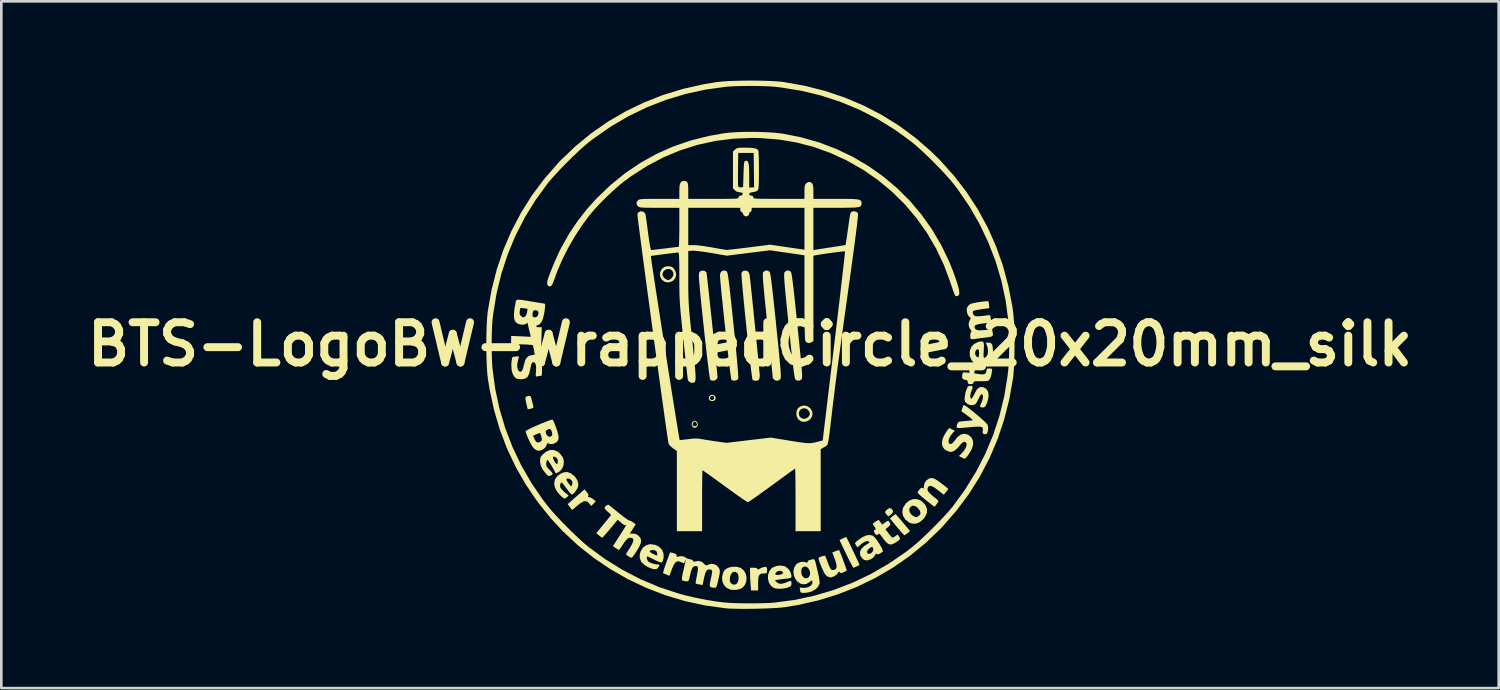
<source format=kicad_pcb>
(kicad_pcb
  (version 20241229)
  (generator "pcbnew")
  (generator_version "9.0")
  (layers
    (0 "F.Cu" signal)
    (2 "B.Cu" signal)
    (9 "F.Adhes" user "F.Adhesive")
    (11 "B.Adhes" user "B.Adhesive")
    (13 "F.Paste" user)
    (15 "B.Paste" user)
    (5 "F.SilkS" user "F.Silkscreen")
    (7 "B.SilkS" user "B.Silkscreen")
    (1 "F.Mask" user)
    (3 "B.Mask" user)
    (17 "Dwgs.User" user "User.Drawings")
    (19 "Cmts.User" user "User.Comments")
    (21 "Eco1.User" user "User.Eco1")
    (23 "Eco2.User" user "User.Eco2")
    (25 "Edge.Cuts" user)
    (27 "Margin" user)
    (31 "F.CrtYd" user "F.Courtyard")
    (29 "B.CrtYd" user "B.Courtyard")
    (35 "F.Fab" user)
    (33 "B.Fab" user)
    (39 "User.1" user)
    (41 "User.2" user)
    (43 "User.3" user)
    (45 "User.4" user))
  (footprint "BTS-LogoBW-WrappedCircle_20x20mm_silk"
    (layer "F.Cu")
    (at 25.335 9.98)
    (property "Reference" "BTS-LogoBW-WrappedCircle_20x20mm_silk" (at 0 0 0) (layer "F.SilkS") (effects (font (size 1.524 1.524) (thickness 0.3))))
    (attr board_only exclude_from_pos_files exclude_from_bom)
    (fp_poly (pts (xy 5.338 6.214) (xy 5.404 6.284) (xy 5.413 6.347) (xy 5.363 6.412) (xy 5.337 6.435) (xy 5.235 6.516) (xy 5.17 6.446) (xy 5.12 6.383) (xy 5.115 6.334) (xy 5.159 6.281) (xy 5.199 6.247) (xy 5.266 6.202) (xy 5.309 6.197)) (stroke (width 0) (type solid)) (fill yes) (layer "F.SilkS"))
    (fp_poly (pts (xy -8.304 1.97) (xy -8.281 2.032) (xy -8.271 2.068) (xy -8.243 2.177) (xy -8.216 2.281) (xy -8.211 2.298) (xy -8.196 2.369) (xy -8.21 2.407) (xy -8.263 2.429) (xy -8.32 2.442) (xy -8.413 2.462) (xy -8.466 2.241) (xy -8.489 2.131) (xy -8.5 2.045) (xy -8.497 2) (xy -8.496 1.997) (xy -8.45 1.975) (xy -8.388 1.956) (xy -8.335 1.949)) (stroke (width 0) (type solid)) (fill yes) (layer "F.SilkS"))
    (fp_poly (pts (xy 5.529 6.45) (xy 5.585 6.511) (xy 5.665 6.602) (xy 5.76 6.714) (xy 5.788 6.748) (xy 6.056 7.069) (xy 5.962 7.148) (xy 5.897 7.198) (xy 5.851 7.225) (xy 5.845 7.226) (xy 5.817 7.204) (xy 5.759 7.143) (xy 5.678 7.051) (xy 5.581 6.939) (xy 5.558 6.911) (xy 5.296 6.596) (xy 5.392 6.513) (xy 5.456 6.461) (xy 5.499 6.431) (xy 5.505 6.428)) (stroke (width 0) (type solid)) (fill yes) (layer "F.SilkS"))
    (fp_poly (pts (xy -1.358 1.931) (xy -1.311 1.989) (xy -1.301 2.06) (xy -1.322 2.106) (xy -1.382 2.144) (xy -1.43 2.153) (xy -1.503 2.133) (xy -1.538 2.106) (xy -1.56 2.041) (xy -1.52 2.041) (xy -1.501 2.082) (xy -1.444 2.115) (xy -1.389 2.098) (xy -1.359 2.037) (xy -1.371 1.972) (xy -1.416 1.943) (xy -1.472 1.96) (xy -1.495 1.984) (xy -1.52 2.041) (xy -1.56 2.041) (xy -1.561 2.038) (xy -1.538 1.969) (xy -1.482 1.919) (xy -1.43 1.907)) (stroke (width 0) (type solid)) (fill yes) (layer "F.SilkS"))
    (fp_poly (pts (xy 3.643 7.293) (xy 3.661 7.326) (xy 3.699 7.402) (xy 3.753 7.511) (xy 3.816 7.644) (xy 3.886 7.789) (xy 3.956 7.937) (xy 4.021 8.077) (xy 4.077 8.198) (xy 4.119 8.289) (xy 4.141 8.342) (xy 4.144 8.35) (xy 4.103 8.374) (xy 4.035 8.408) (xy 3.965 8.439) (xy 3.919 8.455) (xy 3.915 8.456) (xy 3.894 8.429) (xy 3.852 8.356) (xy 3.793 8.244) (xy 3.721 8.102) (xy 3.641 7.939) (xy 3.638 7.933) (xy 3.387 7.41) (xy 3.511 7.347) (xy 3.586 7.311) (xy 3.635 7.293)) (stroke (width 0) (type solid)) (fill yes) (layer "F.SilkS"))
    (fp_poly (pts (xy -6.178 5.595) (xy -6.124 5.669) (xy -6.113 5.718) (xy -6.124 5.741) (xy -6.138 5.772) (xy -6.098 5.781) (xy -6.095 5.781) (xy -6.032 5.8) (xy -5.954 5.848) (xy -5.935 5.862) (xy -5.839 5.943) (xy -5.924 6.032) (xy -6.009 6.121) (xy -6.082 6.028) (xy -6.153 5.959) (xy -6.229 5.934) (xy -6.318 5.955) (xy -6.43 6.022) (xy -6.533 6.104) (xy -6.732 6.272) (xy -6.817 6.161) (xy -6.902 6.049) (xy -6.792 5.954) (xy -6.717 5.888) (xy -6.615 5.798) (xy -6.504 5.701) (xy -6.474 5.674) (xy -6.265 5.49)) (stroke (width 0) (type solid)) (fill yes) (layer "F.SilkS"))
    (fp_poly (pts (xy -2.056 2.9) (xy -2.037 2.909) (xy -1.986 2.97) (xy -1.974 3.048) (xy -2.004 3.116) (xy -2.017 3.127) (xy -2.069 3.159) (xy -2.091 3.167) (xy -2.128 3.151) (xy -2.165 3.127) (xy -2.207 3.068) (xy -2.207 3.022) (xy -2.175 3.022) (xy -2.159 3.077) (xy -2.102 3.105) (xy -2.091 3.106) (xy -2.031 3.085) (xy -2.009 3.057) (xy -2.014 2.999) (xy -2.041 2.958) (xy -2.084 2.925) (xy -2.12 2.938) (xy -2.141 2.958) (xy -2.175 3.022) (xy -2.207 3.022) (xy -2.207 3) (xy -2.175 2.937) (xy -2.121 2.898)) (stroke (width 0) (type solid)) (fill yes) (layer "F.SilkS"))
    (fp_poly (pts (xy 0.616 8.431) (xy 0.64 8.46) (xy 0.646 8.529) (xy 0.646 8.549) (xy 0.643 8.627) (xy 0.622 8.662) (xy 0.566 8.671) (xy 0.525 8.672) (xy 0.432 8.679) (xy 0.37 8.708) (xy 0.332 8.768) (xy 0.313 8.868) (xy 0.308 9.018) (xy 0.308 9.043) (xy 0.308 9.317) (xy 0.04 9.317) (xy 0.02 9.064) (xy 0.01 8.916) (xy 0.003 8.764) (xy 0.000207 8.64) (xy 0.000185 8.633) (xy 0 8.456) (xy 0.138 8.456) (xy 0.23 8.463) (xy 0.271 8.483) (xy 0.277 8.502) (xy 0.286 8.526) (xy 0.322 8.518) (xy 0.377 8.487) (xy 0.467 8.446) (xy 0.554 8.426) (xy 0.561 8.426)) (stroke (width 0) (type solid)) (fill yes) (layer "F.SilkS"))
    (fp_poly (pts (xy 2.164 2.339) (xy 2.275 2.417) (xy 2.289 2.433) (xy 2.354 2.543) (xy 2.362 2.661) (xy 2.338 2.749) (xy 2.272 2.843) (xy 2.169 2.909) (xy 2.049 2.936) (xy 1.937 2.919) (xy 1.831 2.845) (xy 1.768 2.733) (xy 1.753 2.635) (xy 1.755 2.619) (xy 1.845 2.619) (xy 1.87 2.72) (xy 1.934 2.789) (xy 2.021 2.821) (xy 2.116 2.811) (xy 2.203 2.755) (xy 2.223 2.731) (xy 2.263 2.664) (xy 2.264 2.605) (xy 2.247 2.558) (xy 2.186 2.472) (xy 2.102 2.427) (xy 2.01 2.423) (xy 1.927 2.456) (xy 1.867 2.524) (xy 1.845 2.619) (xy 1.755 2.619) (xy 1.768 2.505) (xy 1.821 2.414) (xy 1.911 2.35) (xy 2.039 2.315)) (stroke (width 0) (type solid)) (fill yes) (layer "F.SilkS"))
    (fp_poly (pts (xy -2.999 -2.944) (xy -2.932 -2.913) (xy -2.878 -2.857) (xy -2.811 -2.739) (xy -2.796 -2.614) (xy -2.831 -2.499) (xy -2.913 -2.407) (xy -2.951 -2.383) (xy -3.086 -2.341) (xy -3.213 -2.359) (xy -3.256 -2.38) (xy -3.353 -2.465) (xy -3.404 -2.577) (xy -3.406 -2.664) (xy -3.313 -2.664) (xy -3.303 -2.591) (xy -3.248 -2.51) (xy -3.161 -2.45) (xy -3.081 -2.43) (xy -3.034 -2.45) (xy -2.972 -2.499) (xy -2.966 -2.505) (xy -2.904 -2.602) (xy -2.898 -2.703) (xy -2.949 -2.795) (xy -2.954 -2.8) (xy -3.038 -2.848) (xy -3.13 -2.85) (xy -3.217 -2.814) (xy -3.283 -2.749) (xy -3.313 -2.664) (xy -3.406 -2.664) (xy -3.407 -2.7) (xy -3.361 -2.816) (xy -3.323 -2.862) (xy -3.247 -2.923) (xy -3.164 -2.949) (xy -3.096 -2.952)) (stroke (width 0) (type solid)) (fill yes) (layer "F.SilkS"))
    (fp_poly (pts (xy 6.322 5.86) (xy 6.463 5.914) (xy 6.519 5.955) (xy 6.639 6.086) (xy 6.698 6.226) (xy 6.696 6.372) (xy 6.633 6.519) (xy 6.554 6.622) (xy 6.418 6.734) (xy 6.275 6.789) (xy 6.129 6.787) (xy 6.008 6.737) (xy 5.876 6.628) (xy 5.793 6.495) (xy 5.763 6.35) (xy 5.776 6.274) (xy 6.024 6.274) (xy 6.05 6.368) (xy 6.122 6.458) (xy 6.174 6.496) (xy 6.261 6.54) (xy 6.325 6.54) (xy 6.388 6.496) (xy 6.396 6.488) (xy 6.444 6.431) (xy 6.453 6.376) (xy 6.426 6.302) (xy 6.411 6.272) (xy 6.344 6.185) (xy 6.258 6.127) (xy 6.17 6.107) (xy 6.12 6.119) (xy 6.047 6.186) (xy 6.024 6.274) (xy 5.776 6.274) (xy 5.788 6.202) (xy 5.808 6.158) (xy 5.909 6.011) (xy 6.036 5.911) (xy 6.176 5.859)) (stroke (width 0) (type solid)) (fill yes) (layer "F.SilkS"))
    (fp_poly (pts (xy -0.509 8.42) (xy -0.373 8.456) (xy -0.333 8.476) (xy -0.227 8.569) (xy -0.16 8.692) (xy -0.132 8.832) (xy -0.142 8.973) (xy -0.191 9.103) (xy -0.279 9.206) (xy -0.341 9.246) (xy -0.497 9.292) (xy -0.666 9.296) (xy -0.744 9.282) (xy -0.886 9.215) (xy -0.988 9.108) (xy -1.046 8.972) (xy -1.049 8.94) (xy -0.765 8.94) (xy -0.746 9.008) (xy -0.722 9.041) (xy -0.642 9.094) (xy -0.555 9.093) (xy -0.482 9.039) (xy -0.478 9.034) (xy -0.444 8.949) (xy -0.432 8.842) (xy -0.442 8.738) (xy -0.474 8.663) (xy -0.479 8.658) (xy -0.559 8.61) (xy -0.637 8.617) (xy -0.703 8.673) (xy -0.749 8.772) (xy -0.761 8.836) (xy -0.765 8.94) (xy -1.049 8.94) (xy -1.058 8.817) (xy -1.019 8.653) (xy -0.988 8.587) (xy -0.912 8.504) (xy -0.795 8.447) (xy -0.655 8.418)) (stroke (width 0) (type solid)) (fill yes) (layer "F.SilkS"))
    (fp_poly (pts (xy -0.881 -2.76) (xy -0.87 -2.745) (xy -0.858 -2.714) (xy -0.846 -2.663) (xy -0.832 -2.588) (xy -0.816 -2.484) (xy -0.798 -2.347) (xy -0.777 -2.173) (xy -0.753 -1.959) (xy -0.725 -1.698) (xy -0.692 -1.388) (xy -0.654 -1.024) (xy -0.623 -0.728) (xy -0.579 -0.292) (xy -0.541 0.086) (xy -0.51 0.408) (xy -0.485 0.676) (xy -0.467 0.894) (xy -0.454 1.064) (xy -0.447 1.188) (xy -0.445 1.27) (xy -0.449 1.312) (xy -0.451 1.317) (xy -0.508 1.361) (xy -0.591 1.378) (xy -0.67 1.365) (xy -0.705 1.341) (xy -0.713 1.305) (xy -0.727 1.214) (xy -0.746 1.074) (xy -0.768 0.893) (xy -0.795 0.675) (xy -0.824 0.428) (xy -0.855 0.157) (xy -0.887 -0.131) (xy -0.92 -0.43) (xy -0.953 -0.733) (xy -0.986 -1.035) (xy -1.017 -1.328) (xy -1.046 -1.607) (xy -1.072 -1.865) (xy -1.095 -2.096) (xy -1.113 -2.294) (xy -1.127 -2.453) (xy -1.135 -2.565) (xy -1.138 -2.619) (xy -1.114 -2.716) (xy -1.053 -2.778) (xy -0.97 -2.795)) (stroke (width 0) (type solid)) (fill yes) (layer "F.SilkS"))
    (fp_poly (pts (xy -1.706 -2.773) (xy -1.651 -2.725) (xy -1.647 -2.716) (xy -1.642 -2.679) (xy -1.63 -2.588) (xy -1.614 -2.448) (xy -1.594 -2.266) (xy -1.57 -2.048) (xy -1.543 -1.8) (xy -1.514 -1.529) (xy -1.483 -1.241) (xy -1.451 -0.943) (xy -1.419 -0.64) (xy -1.388 -0.339) (xy -1.357 -0.046) (xy -1.329 0.232) (xy -1.302 0.489) (xy -1.279 0.719) (xy -1.26 0.916) (xy -1.244 1.072) (xy -1.234 1.183) (xy -1.23 1.24) (xy -1.23 1.245) (xy -1.256 1.315) (xy -1.32 1.363) (xy -1.402 1.38) (xy -1.479 1.361) (xy -1.509 1.335) (xy -1.518 1.297) (xy -1.533 1.205) (xy -1.553 1.065) (xy -1.576 0.882) (xy -1.603 0.663) (xy -1.632 0.415) (xy -1.663 0.144) (xy -1.696 -0.144) (xy -1.729 -0.443) (xy -1.761 -0.746) (xy -1.793 -1.046) (xy -1.824 -1.338) (xy -1.852 -1.615) (xy -1.877 -1.871) (xy -1.899 -2.099) (xy -1.916 -2.293) (xy -1.929 -2.447) (xy -1.935 -2.555) (xy -1.936 -2.59) (xy -1.931 -2.686) (xy -1.909 -2.741) (xy -1.873 -2.769) (xy -1.788 -2.79)) (stroke (width 0) (type solid)) (fill yes) (layer "F.SilkS"))
    (fp_poly (pts (xy -0.116 -2.779) (xy -0.096 -2.77) (xy -0.045 -2.715) (xy -0.017 -2.636) (xy -0.009 -2.579) (xy 0.003 -2.468) (xy 0.021 -2.31) (xy 0.042 -2.112) (xy 0.066 -1.88) (xy 0.093 -1.621) (xy 0.122 -1.341) (xy 0.151 -1.048) (xy 0.182 -0.748) (xy 0.212 -0.447) (xy 0.241 -0.152) (xy 0.269 0.13) (xy 0.295 0.394) (xy 0.318 0.631) (xy 0.338 0.836) (xy 0.353 1.002) (xy 0.364 1.122) (xy 0.369 1.19) (xy 0.369 1.201) (xy 0.359 1.285) (xy 0.335 1.343) (xy 0.332 1.347) (xy 0.267 1.378) (xy 0.182 1.38) (xy 0.111 1.356) (xy 0.096 1.343) (xy 0.087 1.305) (xy 0.073 1.213) (xy 0.054 1.072) (xy 0.032 0.889) (xy 0.006 0.67) (xy -0.022 0.421) (xy -0.053 0.148) (xy -0.084 -0.142) (xy -0.116 -0.444) (xy -0.148 -0.75) (xy -0.179 -1.054) (xy -0.209 -1.351) (xy -0.237 -1.634) (xy -0.262 -1.897) (xy -0.284 -2.133) (xy -0.302 -2.336) (xy -0.315 -2.5) (xy -0.323 -2.619) (xy -0.325 -2.686) (xy -0.324 -2.697) (xy -0.281 -2.76) (xy -0.204 -2.789)) (stroke (width 0) (type solid)) (fill yes) (layer "F.SilkS"))
    (fp_poly (pts (xy 8.39 1.576) (xy 8.426 1.607) (xy 8.418 1.671) (xy 8.393 1.732) (xy 8.355 1.839) (xy 8.336 1.939) (xy 8.339 2.017) (xy 8.363 2.058) (xy 8.375 2.06) (xy 8.407 2.034) (xy 8.451 1.966) (xy 8.494 1.879) (xy 8.569 1.735) (xy 8.647 1.649) (xy 8.736 1.615) (xy 8.84 1.63) (xy 8.947 1.693) (xy 9.011 1.797) (xy 9.031 1.935) (xy 9.006 2.103) (xy 8.948 2.268) (xy 8.9 2.355) (xy 8.847 2.391) (xy 8.767 2.387) (xy 8.73 2.378) (xy 8.705 2.364) (xy 8.705 2.33) (xy 8.733 2.264) (xy 8.755 2.22) (xy 8.799 2.107) (xy 8.817 2.003) (xy 8.808 1.923) (xy 8.772 1.883) (xy 8.74 1.903) (xy 8.696 1.969) (xy 8.656 2.05) (xy 8.607 2.151) (xy 8.558 2.231) (xy 8.526 2.268) (xy 8.431 2.305) (xy 8.32 2.298) (xy 8.217 2.25) (xy 8.19 2.227) (xy 8.142 2.172) (xy 8.122 2.115) (xy 8.123 2.032) (xy 8.127 1.988) (xy 8.151 1.844) (xy 8.188 1.719) (xy 8.234 1.624) (xy 8.283 1.574) (xy 8.303 1.568)) (stroke (width 0) (type solid)) (fill yes) (layer "F.SilkS"))
    (fp_poly (pts (xy 7.643 3.22) (xy 7.75 3.271) (xy 7.676 3.35) (xy 7.59 3.46) (xy 7.535 3.568) (xy 7.512 3.664) (xy 7.523 3.736) (xy 7.572 3.774) (xy 7.583 3.776) (xy 7.64 3.762) (xy 7.704 3.7) (xy 7.734 3.659) (xy 7.856 3.508) (xy 7.976 3.417) (xy 8.095 3.385) (xy 8.219 3.409) (xy 8.288 3.444) (xy 8.391 3.54) (xy 8.443 3.663) (xy 8.442 3.809) (xy 8.389 3.974) (xy 8.284 4.153) (xy 8.234 4.221) (xy 8.174 4.294) (xy 8.132 4.326) (xy 8.085 4.321) (xy 8.013 4.285) (xy 8.004 4.281) (xy 7.905 4.228) (xy 8.016 4.12) (xy 8.107 4.015) (xy 8.168 3.909) (xy 8.197 3.815) (xy 8.191 3.74) (xy 8.148 3.697) (xy 8.107 3.69) (xy 8.042 3.717) (xy 7.96 3.798) (xy 7.922 3.846) (xy 7.839 3.942) (xy 7.751 4.017) (xy 7.701 4.046) (xy 7.626 4.072) (xy 7.561 4.07) (xy 7.474 4.041) (xy 7.472 4.04) (xy 7.351 3.965) (xy 7.281 3.859) (xy 7.261 3.726) (xy 7.293 3.571) (xy 7.375 3.397) (xy 7.461 3.268) (xy 7.536 3.169)) (stroke (width 0) (type solid)) (fill yes) (layer "F.SilkS"))
    (fp_poly (pts (xy 8.436 0.822) (xy 8.49 0.837) (xy 8.512 0.865) (xy 8.51 0.928) (xy 8.504 0.969) (xy 8.485 1.099) (xy 8.601 1.118) (xy 8.747 1.137) (xy 8.843 1.137) (xy 8.901 1.115) (xy 8.931 1.069) (xy 8.935 1.053) (xy 8.952 0.979) (xy 8.964 0.935) (xy 8.998 0.915) (xy 9.068 0.915) (xy 9.069 0.916) (xy 9.165 0.93) (xy 9.146 1.088) (xy 9.124 1.196) (xy 9.09 1.291) (xy 9.072 1.322) (xy 9.043 1.359) (xy 9.007 1.381) (xy 8.951 1.393) (xy 8.861 1.397) (xy 8.737 1.397) (xy 8.604 1.397) (xy 8.521 1.401) (xy 8.476 1.412) (xy 8.459 1.431) (xy 8.456 1.451) (xy 8.442 1.49) (xy 8.389 1.505) (xy 8.349 1.507) (xy 8.276 1.501) (xy 8.246 1.475) (xy 8.241 1.432) (xy 8.23 1.378) (xy 8.185 1.354) (xy 8.141 1.347) (xy 8.062 1.319) (xy 8.026 1.252) (xy 8.034 1.142) (xy 8.039 1.122) (xy 8.057 1.077) (xy 8.095 1.062) (xy 8.173 1.067) (xy 8.18 1.068) (xy 8.303 1.084) (xy 8.303 0.959) (xy 8.308 0.866) (xy 8.332 0.822) (xy 8.387 0.814)) (stroke (width 0) (type solid)) (fill yes) (layer "F.SilkS"))
    (fp_poly (pts (xy -7.292 4.056) (xy -7.241 4.094) (xy -7.163 4.173) (xy -7.101 4.253) (xy -7.086 4.277) (xy -7.045 4.417) (xy -7.054 4.563) (xy -7.106 4.698) (xy -7.198 4.805) (xy -7.254 4.842) (xy -7.347 4.889) (xy -7.492 4.628) (xy -7.558 4.517) (xy -7.615 4.432) (xy -7.656 4.383) (xy -7.671 4.376) (xy -7.694 4.411) (xy -7.711 4.483) (xy -7.713 4.502) (xy -7.713 4.571) (xy -7.693 4.628) (xy -7.644 4.693) (xy -7.581 4.758) (xy -7.503 4.841) (xy -7.47 4.894) (xy -7.476 4.924) (xy -7.479 4.926) (xy -7.559 4.976) (xy -7.613 4.987) (xy -7.664 4.958) (xy -7.729 4.891) (xy -7.849 4.737) (xy -7.919 4.592) (xy -7.946 4.442) (xy -7.947 4.422) (xy -7.94 4.319) (xy -7.917 4.263) (xy -7.461 4.263) (xy -7.452 4.324) (xy -7.41 4.414) (xy -7.352 4.504) (xy -7.309 4.536) (xy -7.282 4.51) (xy -7.273 4.427) (xy -7.286 4.342) (xy -7.337 4.287) (xy -7.355 4.276) (xy -7.428 4.247) (xy -7.461 4.263) (xy -7.917 4.263) (xy -7.909 4.244) (xy -7.857 4.181) (xy -7.715 4.063) (xy -7.57 4.003) (xy -7.427 4)) (stroke (width 0) (type solid)) (fill yes) (layer "F.SilkS"))
    (fp_poly (pts (xy 1.54 -2.75) (xy 1.545 -2.744) (xy 1.556 -2.719) (xy 1.569 -2.666) (xy 1.585 -2.58) (xy 1.602 -2.458) (xy 1.623 -2.298) (xy 1.647 -2.095) (xy 1.676 -1.845) (xy 1.708 -1.546) (xy 1.745 -1.193) (xy 1.788 -0.782) (xy 1.795 -0.709) (xy 1.836 -0.311) (xy 1.87 0.03) (xy 1.899 0.32) (xy 1.923 0.561) (xy 1.941 0.76) (xy 1.955 0.919) (xy 1.964 1.045) (xy 1.97 1.14) (xy 1.971 1.211) (xy 1.969 1.26) (xy 1.964 1.293) (xy 1.957 1.315) (xy 1.948 1.328) (xy 1.869 1.376) (xy 1.781 1.374) (xy 1.715 1.33) (xy 1.704 1.304) (xy 1.69 1.249) (xy 1.675 1.16) (xy 1.657 1.035) (xy 1.635 0.87) (xy 1.611 0.661) (xy 1.582 0.405) (xy 1.549 0.098) (xy 1.511 -0.262) (xy 1.468 -0.681) (xy 1.466 -0.692) (xy 1.426 -1.091) (xy 1.391 -1.433) (xy 1.362 -1.724) (xy 1.339 -1.966) (xy 1.32 -2.165) (xy 1.307 -2.326) (xy 1.298 -2.452) (xy 1.293 -2.548) (xy 1.291 -2.619) (xy 1.294 -2.669) (xy 1.299 -2.702) (xy 1.307 -2.724) (xy 1.309 -2.729) (xy 1.378 -2.786) (xy 1.462 -2.793)) (stroke (width 0) (type solid)) (fill yes) (layer "F.SilkS"))
    (fp_poly (pts (xy 8.815 -0.098) (xy 8.843 -0.056) (xy 8.853 0.027) (xy 8.85 0.158) (xy 8.845 0.228) (xy 8.837 0.377) (xy 8.839 0.47) (xy 8.854 0.514) (xy 8.885 0.514) (xy 8.933 0.476) (xy 8.948 0.461) (xy 8.995 0.375) (xy 9.009 0.256) (xy 8.991 0.121) (xy 8.965 0.045) (xy 8.921 -0.062) (xy 9.028 -0.062) (xy 9.101 -0.05) (xy 9.151 -0.008) (xy 9.18 0.071) (xy 9.193 0.197) (xy 9.194 0.296) (xy 9.18 0.473) (xy 9.134 0.605) (xy 9.052 0.703) (xy 9.001 0.739) (xy 8.889 0.781) (xy 8.751 0.797) (xy 8.617 0.786) (xy 8.562 0.77) (xy 8.468 0.704) (xy 8.385 0.598) (xy 8.329 0.473) (xy 8.317 0.418) (xy 8.318 0.29) (xy 8.52 0.29) (xy 8.521 0.371) (xy 8.552 0.445) (xy 8.606 0.488) (xy 8.632 0.492) (xy 8.658 0.466) (xy 8.671 0.386) (xy 8.672 0.338) (xy 8.662 0.232) (xy 8.634 0.185) (xy 8.586 0.195) (xy 8.555 0.221) (xy 8.52 0.29) (xy 8.318 0.29) (xy 8.319 0.248) (xy 8.374 0.103) (xy 8.478 -0.011) (xy 8.625 -0.085) (xy 8.688 -0.101) (xy 8.765 -0.111)) (stroke (width 0) (type solid)) (fill yes) (layer "F.SilkS"))
    (fp_poly (pts (xy 0.673 -2.79) (xy 0.742 -2.739) (xy 0.749 -2.729) (xy 0.762 -2.684) (xy 0.78 -2.582) (xy 0.803 -2.422) (xy 0.83 -2.205) (xy 0.862 -1.93) (xy 0.899 -1.595) (xy 0.941 -1.2) (xy 0.989 -0.744) (xy 0.992 -0.707) (xy 1.033 -0.309) (xy 1.068 0.033) (xy 1.096 0.323) (xy 1.119 0.565) (xy 1.137 0.763) (xy 1.151 0.923) (xy 1.16 1.048) (xy 1.164 1.144) (xy 1.165 1.213) (xy 1.163 1.262) (xy 1.157 1.294) (xy 1.149 1.314) (xy 1.149 1.315) (xy 1.082 1.371) (xy 0.997 1.38) (xy 0.916 1.341) (xy 0.909 1.335) (xy 0.871 1.289) (xy 0.861 1.266) (xy 0.858 1.233) (xy 0.849 1.143) (xy 0.835 1.003) (xy 0.816 0.817) (xy 0.793 0.591) (xy 0.767 0.329) (xy 0.737 0.038) (xy 0.705 -0.279) (xy 0.67 -0.615) (xy 0.659 -0.718) (xy 0.619 -1.114) (xy 0.584 -1.453) (xy 0.556 -1.74) (xy 0.532 -1.979) (xy 0.514 -2.176) (xy 0.5 -2.333) (xy 0.491 -2.457) (xy 0.486 -2.551) (xy 0.485 -2.621) (xy 0.486 -2.67) (xy 0.491 -2.703) (xy 0.499 -2.724) (xy 0.509 -2.739) (xy 0.51 -2.74) (xy 0.589 -2.79)) (stroke (width 0) (type solid)) (fill yes) (layer "F.SilkS"))
    (fp_poly (pts (xy 6.929 5.07) (xy 7.001 5.099) (xy 7.093 5.155) (xy 7.218 5.245) (xy 7.238 5.26) (xy 7.345 5.342) (xy 7.432 5.411) (xy 7.487 5.458) (xy 7.502 5.475) (xy 7.485 5.506) (xy 7.44 5.566) (xy 7.419 5.592) (xy 7.334 5.693) (xy 7.114 5.522) (xy 6.979 5.424) (xy 6.879 5.369) (xy 6.807 5.356) (xy 6.756 5.382) (xy 6.732 5.416) (xy 6.714 5.484) (xy 6.734 5.555) (xy 6.799 5.638) (xy 6.913 5.739) (xy 6.947 5.766) (xy 7.036 5.838) (xy 7.102 5.895) (xy 7.133 5.927) (xy 7.134 5.93) (xy 7.118 5.966) (xy 7.08 6.025) (xy 7.035 6.089) (xy 6.996 6.136) (xy 6.98 6.148) (xy 6.952 6.129) (xy 6.885 6.078) (xy 6.79 6.004) (xy 6.675 5.913) (xy 6.658 5.899) (xy 6.541 5.804) (xy 6.444 5.719) (xy 6.375 5.655) (xy 6.344 5.619) (xy 6.343 5.617) (xy 6.357 5.573) (xy 6.401 5.508) (xy 6.413 5.494) (xy 6.469 5.439) (xy 6.509 5.428) (xy 6.536 5.444) (xy 6.565 5.46) (xy 6.578 5.433) (xy 6.581 5.37) (xy 6.607 5.25) (xy 6.676 5.148) (xy 6.774 5.081) (xy 6.866 5.062)) (stroke (width 0) (type solid)) (fill yes) (layer "F.SilkS"))
    (fp_poly (pts (xy 1.29 8.393) (xy 1.351 8.418) (xy 1.453 8.503) (xy 1.53 8.618) (xy 1.567 8.742) (xy 1.568 8.768) (xy 1.565 8.812) (xy 1.545 8.838) (xy 1.495 8.854) (xy 1.402 8.867) (xy 1.36 8.871) (xy 1.235 8.885) (xy 1.118 8.901) (xy 1.046 8.913) (xy 0.94 8.935) (xy 1.008 9.003) (xy 1.097 9.058) (xy 1.208 9.064) (xy 1.35 9.022) (xy 1.379 9.009) (xy 1.479 8.967) (xy 1.536 8.954) (xy 1.561 8.975) (xy 1.568 9.032) (xy 1.568 9.053) (xy 1.563 9.118) (xy 1.538 9.157) (xy 1.477 9.188) (xy 1.424 9.207) (xy 1.282 9.241) (xy 1.13 9.254) (xy 0.992 9.245) (xy 0.893 9.217) (xy 0.783 9.13) (xy 0.712 9.009) (xy 0.678 8.87) (xy 0.684 8.725) (xy 0.699 8.68) (xy 0.959 8.68) (xy 0.967 8.719) (xy 1.015 8.733) (xy 1.11 8.724) (xy 1.166 8.714) (xy 1.237 8.683) (xy 1.253 8.638) (xy 1.213 8.593) (xy 1.181 8.578) (xy 1.1 8.573) (xy 1.02 8.604) (xy 0.967 8.658) (xy 0.959 8.68) (xy 0.699 8.68) (xy 0.728 8.591) (xy 0.813 8.481) (xy 0.865 8.444) (xy 0.999 8.391) (xy 1.149 8.374)) (stroke (width 0) (type solid)) (fill yes) (layer "F.SilkS"))
    (fp_poly (pts (xy 4.87 6.646) (xy 4.892 6.676) (xy 4.935 6.734) (xy 4.941 6.741) (xy 5.004 6.824) (xy 5.106 6.748) (xy 5.183 6.695) (xy 5.229 6.679) (xy 5.26 6.701) (xy 5.29 6.751) (xy 5.312 6.802) (xy 5.303 6.842) (xy 5.256 6.891) (xy 5.228 6.914) (xy 5.126 7) (xy 5.245 7.159) (xy 5.31 7.241) (xy 5.363 7.299) (xy 5.391 7.319) (xy 5.432 7.302) (xy 5.497 7.262) (xy 5.504 7.257) (xy 5.59 7.196) (xy 5.641 7.274) (xy 5.672 7.329) (xy 5.673 7.371) (xy 5.636 7.414) (xy 5.554 7.473) (xy 5.544 7.48) (xy 5.43 7.548) (xy 5.342 7.577) (xy 5.266 7.568) (xy 5.225 7.549) (xy 5.166 7.502) (xy 5.092 7.42) (xy 5.027 7.336) (xy 4.955 7.235) (xy 4.906 7.182) (xy 4.872 7.169) (xy 4.846 7.191) (xy 4.843 7.196) (xy 4.806 7.224) (xy 4.759 7.197) (xy 4.721 7.147) (xy 4.688 7.089) (xy 4.691 7.056) (xy 4.722 7.029) (xy 4.753 6.999) (xy 4.752 6.966) (xy 4.715 6.909) (xy 4.704 6.893) (xy 4.662 6.83) (xy 4.644 6.791) (xy 4.646 6.786) (xy 4.712 6.738) (xy 4.784 6.691) (xy 4.843 6.656) (xy 4.87 6.646)) (stroke (width 0) (type solid)) (fill yes) (layer "F.SilkS"))
    (fp_poly (pts (xy 8.116 2.307) (xy 8.184 2.35) (xy 8.279 2.42) (xy 8.394 2.508) (xy 8.519 2.61) (xy 8.645 2.716) (xy 8.764 2.819) (xy 8.867 2.913) (xy 8.944 2.99) (xy 8.988 3.043) (xy 8.993 3.052) (xy 9.015 3.146) (xy 9.003 3.261) (xy 9 3.277) (xy 8.976 3.363) (xy 8.944 3.401) (xy 8.889 3.402) (xy 8.846 3.392) (xy 8.808 3.369) (xy 8.801 3.318) (xy 8.808 3.276) (xy 8.816 3.211) (xy 8.807 3.164) (xy 8.775 3.134) (xy 8.71 3.119) (xy 8.606 3.117) (xy 8.456 3.126) (xy 8.272 3.142) (xy 8.09 3.159) (xy 7.96 3.168) (xy 7.877 3.168) (xy 7.831 3.156) (xy 7.815 3.129) (xy 7.822 3.086) (xy 7.842 3.025) (xy 7.844 3.021) (xy 7.863 2.973) (xy 7.891 2.943) (xy 7.941 2.926) (xy 8.028 2.914) (xy 8.113 2.907) (xy 8.235 2.897) (xy 8.339 2.888) (xy 8.405 2.882) (xy 8.409 2.881) (xy 8.425 2.868) (xy 8.397 2.831) (xy 8.322 2.769) (xy 8.24 2.708) (xy 8.139 2.634) (xy 8.059 2.576) (xy 8.011 2.542) (xy 8.003 2.536) (xy 8.006 2.507) (xy 8.024 2.445) (xy 8.05 2.374) (xy 8.074 2.316) (xy 8.085 2.299)) (stroke (width 0) (type solid)) (fill yes) (layer "F.SilkS"))
    (fp_poly (pts (xy -3.588 7.59) (xy -3.445 7.66) (xy -3.339 7.766) (xy -3.278 7.901) (xy -3.267 8.056) (xy -3.294 8.176) (xy -3.314 8.225) (xy -3.34 8.251) (xy -3.382 8.255) (xy -3.45 8.233) (xy -3.555 8.185) (xy -3.666 8.13) (xy -3.768 8.08) (xy -3.846 8.043) (xy -3.887 8.026) (xy -3.889 8.026) (xy -3.907 8.05) (xy -3.904 8.105) (xy -3.884 8.169) (xy -3.852 8.217) (xy -3.852 8.217) (xy -3.759 8.272) (xy -3.636 8.314) (xy -3.513 8.333) (xy -3.5 8.333) (xy -3.442 8.336) (xy -3.428 8.356) (xy -3.452 8.411) (xy -3.459 8.426) (xy -3.508 8.49) (xy -3.575 8.514) (xy -3.674 8.502) (xy -3.726 8.488) (xy -3.864 8.431) (xy -3.992 8.352) (xy -4.092 8.263) (xy -4.122 8.223) (xy -4.173 8.088) (xy -4.173 7.947) (xy -4.137 7.834) (xy -3.798 7.834) (xy -3.763 7.878) (xy -3.683 7.925) (xy -3.588 7.971) (xy -3.534 7.989) (xy -3.511 7.979) (xy -3.506 7.943) (xy -3.506 7.94) (xy -3.531 7.847) (xy -3.6 7.794) (xy -3.689 7.785) (xy -3.773 7.803) (xy -3.798 7.834) (xy -4.137 7.834) (xy -4.13 7.812) (xy -4.049 7.695) (xy -3.938 7.609) (xy -3.804 7.567) (xy -3.763 7.565)) (stroke (width 0) (type solid)) (fill yes) (layer "F.SilkS"))
    (fp_poly (pts (xy 3.374 7.792) (xy 3.391 7.825) (xy 3.422 7.903) (xy 3.465 8.011) (xy 3.512 8.137) (xy 3.561 8.266) (xy 3.604 8.385) (xy 3.638 8.481) (xy 3.657 8.54) (xy 3.659 8.551) (xy 3.634 8.579) (xy 3.57 8.615) (xy 3.545 8.627) (xy 3.469 8.655) (xy 3.427 8.656) (xy 3.398 8.631) (xy 3.396 8.627) (xy 3.367 8.602) (xy 3.343 8.624) (xy 3.326 8.658) (xy 3.272 8.721) (xy 3.185 8.779) (xy 3.089 8.817) (xy 3.038 8.824) (xy 2.983 8.809) (xy 2.917 8.779) (xy 2.863 8.731) (xy 2.805 8.643) (xy 2.74 8.504) (xy 2.724 8.468) (xy 2.659 8.312) (xy 2.617 8.202) (xy 2.598 8.13) (xy 2.601 8.086) (xy 2.626 8.059) (xy 2.672 8.04) (xy 2.707 8.029) (xy 2.786 8.008) (xy 2.836 7.999) (xy 2.843 8.001) (xy 2.857 8.032) (xy 2.886 8.107) (xy 2.925 8.21) (xy 2.937 8.241) (xy 2.99 8.38) (xy 3.032 8.47) (xy 3.069 8.521) (xy 3.109 8.542) (xy 3.158 8.543) (xy 3.164 8.543) (xy 3.238 8.515) (xy 3.275 8.453) (xy 3.274 8.35) (xy 3.236 8.205) (xy 3.207 8.123) (xy 3.114 7.878) (xy 3.238 7.829) (xy 3.317 7.802) (xy 3.367 7.791)) (stroke (width 0) (type solid)) (fill yes) (layer "F.SilkS"))
    (fp_poly (pts (xy -6.788 4.881) (xy -6.766 4.893) (xy -6.631 5.002) (xy -6.54 5.133) (xy -6.499 5.274) (xy -6.503 5.372) (xy -6.532 5.45) (xy -6.585 5.538) (xy -6.648 5.618) (xy -6.709 5.673) (xy -6.745 5.688) (xy -6.778 5.664) (xy -6.834 5.601) (xy -6.906 5.509) (xy -6.944 5.457) (xy -7.018 5.357) (xy -7.081 5.278) (xy -7.123 5.234) (xy -7.134 5.228) (xy -7.165 5.254) (xy -7.185 5.316) (xy -7.186 5.388) (xy -7.181 5.41) (xy -7.147 5.464) (xy -7.081 5.538) (xy -7.002 5.614) (xy -6.926 5.674) (xy -6.885 5.698) (xy -6.867 5.72) (xy -6.897 5.759) (xy -6.919 5.778) (xy -6.979 5.822) (xy -7.018 5.842) (xy -7.019 5.842) (xy -7.053 5.823) (xy -7.115 5.775) (xy -7.167 5.729) (xy -7.302 5.579) (xy -7.383 5.425) (xy -7.411 5.273) (xy -7.386 5.13) (xy -7.369 5.102) (xy -6.95 5.102) (xy -6.933 5.162) (xy -6.88 5.243) (xy -6.824 5.318) (xy -6.785 5.368) (xy -6.774 5.38) (xy -6.756 5.358) (xy -6.735 5.322) (xy -6.72 5.236) (xy -6.751 5.152) (xy -6.817 5.095) (xy -6.839 5.087) (xy -6.919 5.078) (xy -6.95 5.102) (xy -7.369 5.102) (xy -7.307 5.003) (xy -7.185 4.906) (xy -7.043 4.843) (xy -6.915 4.835)) (stroke (width 0) (type solid)) (fill yes) (layer "F.SilkS"))
    (fp_poly (pts (xy 4.646 7.245) (xy 4.659 7.252) (xy 4.712 7.301) (xy 4.779 7.382) (xy 4.851 7.485) (xy 4.921 7.594) (xy 4.98 7.698) (xy 5.019 7.782) (xy 5.031 7.834) (xy 5.029 7.84) (xy 4.989 7.875) (xy 4.92 7.918) (xy 4.914 7.921) (xy 4.846 7.951) (xy 4.808 7.946) (xy 4.795 7.93) (xy 4.771 7.916) (xy 4.744 7.959) (xy 4.738 7.973) (xy 4.677 8.061) (xy 4.577 8.132) (xy 4.461 8.174) (xy 4.408 8.18) (xy 4.318 8.16) (xy 4.238 8.093) (xy 4.231 8.085) (xy 4.167 7.97) (xy 4.163 7.858) (xy 4.427 7.858) (xy 4.449 7.913) (xy 4.507 7.934) (xy 4.577 7.911) (xy 4.626 7.865) (xy 4.668 7.789) (xy 4.665 7.727) (xy 4.646 7.691) (xy 4.619 7.669) (xy 4.576 7.682) (xy 4.524 7.716) (xy 4.453 7.786) (xy 4.427 7.858) (xy 4.163 7.858) (xy 4.162 7.853) (xy 4.215 7.74) (xy 4.322 7.635) (xy 4.41 7.579) (xy 4.491 7.53) (xy 4.518 7.493) (xy 4.496 7.461) (xy 4.488 7.456) (xy 4.418 7.447) (xy 4.323 7.482) (xy 4.214 7.556) (xy 4.185 7.581) (xy 4.066 7.688) (xy 4.012 7.605) (xy 3.981 7.552) (xy 3.98 7.515) (xy 4.016 7.473) (xy 4.062 7.433) (xy 4.231 7.311) (xy 4.388 7.238) (xy 4.528 7.215)) (stroke (width 0) (type solid)) (fill yes) (layer "F.SilkS"))
    (fp_poly (pts (xy 2.426 8.138) (xy 2.447 8.165) (xy 2.469 8.222) (xy 2.495 8.316) (xy 2.529 8.457) (xy 2.55 8.545) (xy 2.597 8.756) (xy 2.625 8.917) (xy 2.634 9.027) (xy 2.631 9.063) (xy 2.577 9.176) (xy 2.474 9.277) (xy 2.333 9.354) (xy 2.31 9.362) (xy 2.202 9.391) (xy 2.092 9.407) (xy 1.995 9.408) (xy 1.928 9.395) (xy 1.906 9.371) (xy 1.898 9.312) (xy 1.888 9.265) (xy 1.881 9.221) (xy 1.905 9.207) (xy 1.973 9.214) (xy 1.977 9.215) (xy 2.101 9.216) (xy 2.214 9.186) (xy 2.303 9.131) (xy 2.356 9.059) (xy 2.362 8.979) (xy 2.358 8.966) (xy 2.338 8.941) (xy 2.304 8.954) (xy 2.261 8.992) (xy 2.142 9.066) (xy 2.018 9.085) (xy 1.896 9.053) (xy 1.787 8.974) (xy 1.701 8.851) (xy 1.659 8.745) (xy 1.644 8.611) (xy 1.938 8.611) (xy 1.957 8.725) (xy 2.008 8.808) (xy 2.079 8.853) (xy 2.16 8.851) (xy 2.227 8.808) (xy 2.269 8.731) (xy 2.274 8.638) (xy 2.247 8.544) (xy 2.197 8.465) (xy 2.13 8.416) (xy 2.052 8.412) (xy 2.052 8.413) (xy 1.982 8.447) (xy 1.948 8.507) (xy 1.938 8.609) (xy 1.938 8.611) (xy 1.644 8.611) (xy 1.641 8.587) (xy 1.674 8.442) (xy 1.754 8.324) (xy 1.79 8.292) (xy 1.898 8.244) (xy 2.024 8.231) (xy 2.129 8.254) (xy 2.173 8.261) (xy 2.183 8.231) (xy 2.191 8.2) (xy 2.222 8.177) (xy 2.29 8.156) (xy 2.37 8.137) (xy 2.402 8.132)) (stroke (width 0) (type solid)) (fill yes) (layer "F.SilkS"))
    (fp_poly (pts (xy -8.651 -1.68) (xy -8.517 -1.66) (xy -8.334 -1.63) (xy -8.241 -1.614) (xy -8.082 -1.587) (xy -7.944 -1.565) (xy -7.839 -1.548) (xy -7.778 -1.539) (xy -7.768 -1.538) (xy -7.756 -1.51) (xy -7.755 -1.439) (xy -7.76 -1.369) (xy -7.795 -1.136) (xy -7.84 -0.958) (xy -7.897 -0.832) (xy -7.97 -0.752) (xy -8.061 -0.713) (xy -8.122 -0.707) (xy -8.229 -0.723) (xy -8.308 -0.776) (xy -8.315 -0.784) (xy -8.365 -0.834) (xy -8.396 -0.841) (xy -8.433 -0.809) (xy -8.441 -0.799) (xy -8.523 -0.751) (xy -8.634 -0.74) (xy -8.754 -0.766) (xy -8.794 -0.784) (xy -8.862 -0.835) (xy -8.908 -0.909) (xy -8.932 -1.013) (xy -8.933 -1.154) (xy -8.932 -1.166) (xy -8.722 -1.166) (xy -8.697 -1.104) (xy -8.673 -1.077) (xy -8.612 -1.026) (xy -8.563 -1.021) (xy -8.506 -1.054) (xy -8.484 -1.086) (xy -8.235 -1.086) (xy -8.208 -1.032) (xy -8.142 -1.019) (xy -8.124 -1.021) (xy -8.06 -1.044) (xy -8.022 -1.108) (xy -8.014 -1.133) (xy -8.004 -1.222) (xy -8.041 -1.273) (xy -8.128 -1.291) (xy -8.14 -1.291) (xy -8.19 -1.277) (xy -8.219 -1.223) (xy -8.227 -1.186) (xy -8.235 -1.086) (xy -8.484 -1.086) (xy -8.468 -1.109) (xy -8.44 -1.195) (xy -8.436 -1.219) (xy -8.419 -1.344) (xy -8.552 -1.362) (xy -8.634 -1.372) (xy -8.684 -1.375) (xy -8.69 -1.374) (xy -8.698 -1.343) (xy -8.711 -1.274) (xy -8.715 -1.254) (xy -8.722 -1.166) (xy -8.932 -1.166) (xy -8.914 -1.339) (xy -8.874 -1.574) (xy -8.868 -1.607) (xy -8.858 -1.644) (xy -8.839 -1.67) (xy -8.804 -1.684) (xy -8.744 -1.688)) (stroke (width 0) (type solid)) (fill yes) (layer "F.SilkS"))
    (fp_poly (pts (xy -7.894 -0.192) (xy -7.9 0.012) (xy -7.906 0.163) (xy -7.914 0.268) (xy -7.927 0.337) (xy -7.945 0.376) (xy -7.972 0.394) (xy -8.008 0.4) (xy -8.034 0.4) (xy -8.134 0.4) (xy -8.038 0.458) (xy -7.962 0.523) (xy -7.912 0.615) (xy -7.883 0.745) (xy -7.872 0.923) (xy -7.872 0.958) (xy -7.873 1.079) (xy -7.878 1.15) (xy -7.892 1.186) (xy -7.918 1.198) (xy -7.947 1.199) (xy -8.026 1.207) (xy -8.07 1.218) (xy -8.095 1.221) (xy -8.107 1.198) (xy -8.108 1.137) (xy -8.1 1.027) (xy -8.099 1.024) (xy -8.095 0.861) (xy -8.114 0.748) (xy -8.158 0.687) (xy -8.194 0.677) (xy -8.23 0.685) (xy -8.258 0.717) (xy -8.283 0.783) (xy -8.308 0.895) (xy -8.322 0.965) (xy -8.362 1.124) (xy -8.418 1.231) (xy -8.499 1.293) (xy -8.611 1.32) (xy -8.675 1.322) (xy -8.784 1.314) (xy -8.858 1.285) (xy -8.902 1.249) (xy -8.978 1.132) (xy -9.023 0.972) (xy -9.034 0.781) (xy -9.03 0.714) (xy -9.018 0.608) (xy -9.004 0.526) (xy -8.994 0.491) (xy -8.954 0.472) (xy -8.878 0.462) (xy -8.859 0.461) (xy -8.742 0.461) (xy -8.785 0.623) (xy -8.811 0.779) (xy -8.803 0.908) (xy -8.762 1) (xy -8.745 1.018) (xy -8.684 1.042) (xy -8.633 1.008) (xy -8.589 0.913) (xy -8.559 0.785) (xy -8.515 0.62) (xy -8.453 0.508) (xy -8.364 0.439) (xy -8.266 0.411) (xy -8.149 0.392) (xy -8.149 0.039) (xy -8.31 0.02) (xy -8.417 0.011) (xy -8.56 0.004) (xy -8.712 0.001) (xy -8.756 0.000268) (xy -9.041 0) (xy -9.041 -0.317) (xy -8.118 -0.274) (xy -8.118 -0.646) (xy -7.881 -0.646)) (stroke (width 0) (type solid)) (fill yes) (layer "F.SilkS"))
    (fp_poly (pts (xy -7.471 2.853) (xy -7.434 2.916) (xy -7.389 3.02) (xy -7.341 3.147) (xy -7.297 3.279) (xy -7.264 3.398) (xy -7.246 3.486) (xy -7.245 3.501) (xy -7.251 3.597) (xy -7.282 3.662) (xy -7.328 3.708) (xy -7.44 3.77) (xy -7.557 3.777) (xy -7.625 3.752) (xy -7.666 3.741) (xy -7.689 3.773) (xy -7.699 3.814) (xy -7.744 3.901) (xy -7.831 3.975) (xy -7.94 4.02) (xy -8.007 4.028) (xy -8.098 4.003) (xy -8.194 3.924) (xy -8.195 3.923) (xy -8.247 3.85) (xy -8.311 3.737) (xy -8.377 3.604) (xy -8.436 3.467) (xy -8.439 3.46) (xy -8.205 3.46) (xy -8.198 3.49) (xy -8.17 3.556) (xy -8.149 3.597) (xy -8.103 3.677) (xy -8.06 3.712) (xy -8.005 3.715) (xy -8.004 3.715) (xy -7.931 3.689) (xy -7.893 3.654) (xy -7.877 3.591) (xy -7.897 3.494) (xy -7.902 3.478) (xy -7.929 3.401) (xy -7.947 3.356) (xy -7.95 3.352) (xy -7.982 3.363) (xy -8.046 3.389) (xy -8.121 3.42) (xy -8.181 3.448) (xy -8.205 3.46) (xy -8.439 3.46) (xy -8.48 3.347) (xy -8.489 3.314) (xy -7.735 3.314) (xy -7.72 3.369) (xy -7.718 3.383) (xy -7.695 3.43) (xy -7.642 3.479) (xy -7.588 3.505) (xy -7.582 3.506) (xy -7.529 3.484) (xy -7.504 3.461) (xy -7.483 3.412) (xy -7.492 3.341) (xy -7.503 3.307) (xy -7.534 3.229) (xy -7.572 3.203) (xy -7.635 3.218) (xy -7.672 3.234) (xy -7.728 3.276) (xy -7.735 3.314) (xy -8.489 3.314) (xy -8.494 3.295) (xy -8.47 3.271) (xy -8.399 3.23) (xy -8.293 3.177) (xy -8.162 3.115) (xy -8.018 3.051) (xy -7.871 2.989) (xy -7.732 2.933) (xy -7.613 2.888) (xy -7.523 2.859) (xy -7.475 2.851)) (stroke (width 0) (type solid)) (fill yes) (layer "F.SilkS"))
    (fp_poly (pts (xy 9.015 -1.63) (xy 9.023 -1.627) (xy 9.033 -1.591) (xy 9.043 -1.517) (xy 9.046 -1.491) (xy 9.056 -1.368) (xy 8.764 -1.328) (xy 8.635 -1.308) (xy 8.529 -1.287) (xy 8.461 -1.269) (xy 8.445 -1.261) (xy 8.427 -1.206) (xy 8.446 -1.139) (xy 8.493 -1.083) (xy 8.531 -1.064) (xy 8.597 -1.059) (xy 8.703 -1.064) (xy 8.826 -1.076) (xy 8.842 -1.078) (xy 8.954 -1.093) (xy 9.04 -1.101) (xy 9.083 -1.102) (xy 9.086 -1.101) (xy 9.095 -1.068) (xy 9.108 -0.995) (xy 9.113 -0.965) (xy 9.121 -0.905) (xy 9.117 -0.864) (xy 9.091 -0.836) (xy 9.034 -0.817) (xy 8.936 -0.802) (xy 8.788 -0.784) (xy 8.772 -0.783) (xy 8.627 -0.759) (xy 8.537 -0.726) (xy 8.498 -0.679) (xy 8.501 -0.62) (xy 8.535 -0.568) (xy 8.602 -0.537) (xy 8.71 -0.528) (xy 8.867 -0.537) (xy 8.918 -0.543) (xy 9.159 -0.571) (xy 9.177 -0.481) (xy 9.192 -0.398) (xy 9.192 -0.342) (xy 9.166 -0.307) (xy 9.107 -0.284) (xy 9.003 -0.266) (xy 8.879 -0.251) (xy 8.736 -0.233) (xy 8.606 -0.216) (xy 8.508 -0.202) (xy 8.471 -0.197) (xy 8.399 -0.192) (xy 8.356 -0.203) (xy 8.338 -0.251) (xy 8.334 -0.327) (xy 8.342 -0.406) (xy 8.361 -0.46) (xy 8.372 -0.47) (xy 8.385 -0.496) (xy 8.349 -0.55) (xy 8.341 -0.559) (xy 8.286 -0.661) (xy 8.274 -0.782) (xy 8.308 -0.897) (xy 8.321 -0.918) (xy 8.353 -0.972) (xy 8.343 -1.006) (xy 8.307 -1.033) (xy 8.243 -1.111) (xy 8.207 -1.222) (xy 8.204 -1.339) (xy 8.216 -1.386) (xy 8.267 -1.466) (xy 8.339 -1.525) (xy 8.398 -1.545) (xy 8.496 -1.567) (xy 8.616 -1.589) (xy 8.743 -1.608) (xy 8.862 -1.623) (xy 8.958 -1.631)) (stroke (width 0) (type solid)) (fill yes) (layer "F.SilkS"))
    (fp_poly (pts (xy -5.343 6.079) (xy -5.307 6.108) (xy -5.232 6.168) (xy -5.129 6.252) (xy -5.007 6.351) (xy -4.96 6.39) (xy -4.833 6.491) (xy -4.719 6.576) (xy -4.628 6.638) (xy -4.571 6.67) (xy -4.56 6.673) (xy -4.5 6.692) (xy -4.426 6.737) (xy -4.416 6.744) (xy -4.327 6.816) (xy -4.55 7.165) (xy -4.425 7.165) (xy -4.321 7.179) (xy -4.237 7.23) (xy -4.21 7.255) (xy -4.148 7.334) (xy -4.121 7.418) (xy -4.132 7.516) (xy -4.182 7.638) (xy -4.272 7.795) (xy -4.282 7.811) (xy -4.354 7.921) (xy -4.416 8.01) (xy -4.46 8.065) (xy -4.474 8.077) (xy -4.518 8.068) (xy -4.587 8.033) (xy -4.606 8.022) (xy -4.67 7.978) (xy -4.689 7.945) (xy -4.67 7.901) (xy -4.654 7.876) (xy -4.542 7.699) (xy -4.466 7.565) (xy -4.424 7.466) (xy -4.415 7.398) (xy -4.435 7.353) (xy -4.474 7.33) (xy -4.554 7.319) (xy -4.633 7.354) (xy -4.717 7.439) (xy -4.802 7.563) (xy -4.867 7.662) (xy -4.921 7.737) (xy -4.955 7.776) (xy -4.96 7.779) (xy -4.999 7.764) (xy -5.066 7.724) (xy -5.087 7.71) (xy -5.189 7.641) (xy -4.913 7.212) (xy -4.825 7.073) (xy -4.754 6.958) (xy -4.706 6.874) (xy -4.683 6.828) (xy -4.686 6.824) (xy -4.719 6.845) (xy -4.754 6.844) (xy -4.803 6.815) (xy -4.878 6.752) (xy -4.925 6.71) (xy -5.006 6.637) (xy -5.288 6.978) (xy -5.39 7.099) (xy -5.479 7.201) (xy -5.547 7.276) (xy -5.586 7.315) (xy -5.592 7.319) (xy -5.627 7.301) (xy -5.69 7.255) (xy -5.716 7.233) (xy -5.819 7.148) (xy -5.58 6.857) (xy -5.483 6.738) (xy -5.396 6.633) (xy -5.329 6.553) (xy -5.293 6.509) (xy -5.269 6.474) (xy -5.274 6.441) (xy -5.315 6.396) (xy -5.375 6.345) (xy -5.447 6.279) (xy -5.494 6.222) (xy -5.504 6.198) (xy -5.483 6.143) (xy -5.432 6.096) (xy -5.375 6.072)) (stroke (width 0) (type solid)) (fill yes) (layer "F.SilkS"))
    (fp_poly (pts (xy 0.216 -8.04) (xy 0.551 -8.03) (xy 0.866 -8.012) (xy 1.144 -7.984) (xy 1.245 -7.97) (xy 1.944 -7.831) (xy 2.619 -7.638) (xy 3.269 -7.391) (xy 3.891 -7.093) (xy 4.483 -6.746) (xy 5.04 -6.352) (xy 5.562 -5.913) (xy 6.046 -5.432) (xy 6.488 -4.91) (xy 6.886 -4.35) (xy 7.237 -3.754) (xy 7.54 -3.124) (xy 7.684 -2.764) (xy 7.785 -2.484) (xy 7.858 -2.257) (xy 7.903 -2.081) (xy 7.922 -1.956) (xy 7.914 -1.879) (xy 7.905 -1.862) (xy 7.841 -1.818) (xy 7.779 -1.831) (xy 7.758 -1.853) (xy 7.739 -1.894) (xy 7.705 -1.983) (xy 7.661 -2.108) (xy 7.61 -2.258) (xy 7.585 -2.337) (xy 7.341 -2.994) (xy 7.044 -3.621) (xy 6.697 -4.214) (xy 6.302 -4.773) (xy 5.861 -5.294) (xy 5.375 -5.774) (xy 4.848 -6.212) (xy 4.28 -6.605) (xy 3.674 -6.95) (xy 3.653 -6.961) (xy 3.033 -7.245) (xy 2.401 -7.471) (xy 1.754 -7.639) (xy 1.088 -7.75) (xy 0.4 -7.804) (xy 0.061 -7.811) (xy -0.642 -7.781) (xy -1.327 -7.693) (xy -1.995 -7.546) (xy -2.645 -7.34) (xy -3.277 -7.075) (xy -3.892 -6.751) (xy -4.489 -6.368) (xy -4.781 -6.154) (xy -4.966 -6.003) (xy -5.176 -5.818) (xy -5.397 -5.609) (xy -5.616 -5.392) (xy -5.82 -5.178) (xy -5.995 -4.98) (xy -6.07 -4.889) (xy -6.355 -4.506) (xy -6.627 -4.088) (xy -6.88 -3.652) (xy -7.102 -3.213) (xy -7.285 -2.787) (xy -7.333 -2.66) (xy -7.382 -2.525) (xy -7.426 -2.405) (xy -7.46 -2.317) (xy -7.473 -2.282) (xy -7.525 -2.21) (xy -7.586 -2.189) (xy -7.641 -2.212) (xy -7.675 -2.275) (xy -7.677 -2.359) (xy -7.655 -2.444) (xy -7.612 -2.573) (xy -7.551 -2.735) (xy -7.478 -2.917) (xy -7.398 -3.109) (xy -7.315 -3.299) (xy -7.234 -3.476) (xy -7.16 -3.627) (xy -7.146 -3.654) (xy -6.845 -4.186) (xy -6.52 -4.672) (xy -6.161 -5.129) (xy -5.798 -5.529) (xy -5.275 -6.03) (xy -4.726 -6.476) (xy -4.149 -6.866) (xy -3.546 -7.202) (xy -2.913 -7.484) (xy -2.252 -7.711) (xy -1.559 -7.885) (xy -0.999 -7.984) (xy -0.746 -8.013) (xy -0.448 -8.031) (xy -0.122 -8.04)) (stroke (width 0) (type solid)) (fill yes) (layer "F.SilkS"))
    (fp_poly (pts (xy -2.996 7.88) (xy -2.927 7.896) (xy -2.891 7.906) (xy -2.81 7.937) (xy -2.777 7.969) (xy -2.778 8.002) (xy -2.78 8.042) (xy -2.744 8.042) (xy -2.727 8.036) (xy -2.63 8.019) (xy -2.533 8.025) (xy -2.46 8.052) (xy -2.444 8.067) (xy -2.396 8.099) (xy -2.313 8.126) (xy -2.283 8.132) (xy -2.19 8.158) (xy -2.153 8.195) (xy -2.153 8.2) (xy -2.137 8.23) (xy -2.083 8.221) (xy -2.083 8.221) (xy -1.944 8.198) (xy -1.824 8.233) (xy -1.751 8.294) (xy -1.695 8.352) (xy -1.653 8.368) (xy -1.604 8.35) (xy -1.596 8.346) (xy -1.475 8.309) (xy -1.353 8.322) (xy -1.246 8.379) (xy -1.175 8.471) (xy -1.153 8.522) (xy -1.143 8.57) (xy -1.143 8.628) (xy -1.155 8.711) (xy -1.181 8.831) (xy -1.204 8.935) (xy -1.237 9.071) (xy -1.263 9.157) (xy -1.293 9.202) (xy -1.334 9.217) (xy -1.395 9.212) (xy -1.439 9.203) (xy -1.49 9.187) (xy -1.517 9.155) (xy -1.524 9.097) (xy -1.51 9.001) (xy -1.479 8.86) (xy -1.453 8.739) (xy -1.437 8.637) (xy -1.433 8.572) (xy -1.435 8.562) (xy -1.475 8.53) (xy -1.542 8.518) (xy -1.602 8.53) (xy -1.65 8.573) (xy -1.69 8.655) (xy -1.727 8.783) (xy -1.754 8.913) (xy -1.793 9.109) (xy -1.918 9.089) (xy -1.999 9.073) (xy -2.05 9.058) (xy -2.057 9.055) (xy -2.057 9.02) (xy -2.046 8.941) (xy -2.026 8.833) (xy -2.019 8.802) (xy -1.995 8.676) (xy -1.976 8.564) (xy -1.968 8.486) (xy -1.968 8.479) (xy -1.977 8.419) (xy -2.015 8.397) (xy -2.062 8.395) (xy -2.122 8.406) (xy -2.17 8.446) (xy -2.21 8.523) (xy -2.247 8.645) (xy -2.279 8.787) (xy -2.304 8.895) (xy -2.332 8.954) (xy -2.376 8.974) (xy -2.449 8.967) (xy -2.487 8.96) (xy -2.534 8.948) (xy -2.564 8.928) (xy -2.577 8.89) (xy -2.575 8.825) (xy -2.557 8.723) (xy -2.524 8.575) (xy -2.506 8.498) (xy -2.476 8.364) (xy -2.453 8.255) (xy -2.441 8.182) (xy -2.441 8.158) (xy -2.456 8.174) (xy -2.472 8.225) (xy -2.49 8.277) (xy -2.518 8.286) (xy -2.577 8.259) (xy -2.582 8.257) (xy -2.68 8.217) (xy -2.758 8.215) (xy -2.824 8.255) (xy -2.885 8.344) (xy -2.948 8.485) (xy -2.968 8.54) (xy -3.051 8.762) (xy -3.159 8.717) (xy -3.231 8.688) (xy -3.275 8.672) (xy -3.279 8.672) (xy -3.289 8.659) (xy -3.285 8.617) (xy -3.263 8.539) (xy -3.223 8.418) (xy -3.162 8.246) (xy -3.162 8.245) (xy -3.112 8.107) (xy -3.07 7.993) (xy -3.041 7.913) (xy -3.027 7.878) (xy -3.027 7.878)) (stroke (width 0) (type solid)) (fill yes) (layer "F.SilkS"))
    (fp_poly (pts (xy 0.395 -9.976) (xy 0.69 -9.968) (xy 0.956 -9.955) (xy 1.181 -9.936) (xy 1.283 -9.924) (xy 2.08 -9.782) (xy 2.851 -9.585) (xy 3.596 -9.334) (xy 4.311 -9.03) (xy 4.997 -8.674) (xy 5.65 -8.266) (xy 6.271 -7.806) (xy 6.856 -7.297) (xy 7.197 -6.961) (xy 7.728 -6.369) (xy 8.205 -5.747) (xy 8.628 -5.096) (xy 8.997 -4.417) (xy 9.312 -3.707) (xy 9.573 -2.969) (xy 9.779 -2.202) (xy 9.932 -1.405) (xy 9.954 -1.253) (xy 9.975 -1.057) (xy 9.992 -0.813) (xy 10.003 -0.533) (xy 10.009 -0.231) (xy 10.011 0.082) (xy 10.007 0.392) (xy 9.999 0.687) (xy 9.985 0.953) (xy 9.967 1.178) (xy 9.954 1.284) (xy 9.812 2.086) (xy 9.615 2.859) (xy 9.365 3.603) (xy 9.06 4.317) (xy 8.701 5.003) (xy 8.288 5.659) (xy 7.821 6.286) (xy 7.3 6.884) (xy 7.197 6.992) (xy 6.636 7.529) (xy 6.037 8.017) (xy 5.404 8.457) (xy 4.738 8.845) (xy 4.042 9.182) (xy 3.318 9.466) (xy 2.569 9.696) (xy 1.796 9.871) (xy 1.316 9.949) (xy 1.159 9.966) (xy 0.954 9.981) (xy 0.712 9.993) (xy 0.446 10.002) (xy 0.168 10.009) (xy -0.108 10.012) (xy -0.371 10.012) (xy -0.607 10.008) (xy -0.806 10) (xy -0.923 9.991) (xy -1.697 9.885) (xy -2.456 9.72) (xy -3.197 9.499) (xy -3.917 9.223) (xy -4.611 8.894) (xy -5.278 8.514) (xy -5.914 8.084) (xy -6.515 7.607) (xy -7.078 7.083) (xy -7.541 6.584) (xy -8.036 5.967) (xy -8.476 5.324) (xy -8.861 4.655) (xy -9.191 3.959) (xy -9.467 3.235) (xy -9.689 2.482) (xy -9.857 1.698) (xy -9.924 1.283) (xy -9.945 1.086) (xy -9.961 0.841) (xy -9.972 0.56) (xy -9.979 0.256) (xy -9.979 0.087) (xy -9.777 0.087) (xy -9.774 0.365) (xy -9.765 0.622) (xy -9.753 0.843) (xy -9.747 0.907) (xy -9.646 1.673) (xy -9.485 2.426) (xy -9.267 3.164) (xy -8.991 3.882) (xy -8.661 4.576) (xy -8.276 5.244) (xy -7.84 5.882) (xy -7.658 6.119) (xy -7.514 6.292) (xy -7.334 6.492) (xy -7.129 6.709) (xy -6.909 6.933) (xy -6.685 7.153) (xy -6.468 7.358) (xy -6.269 7.538) (xy -6.098 7.68) (xy -6.097 7.682) (xy -5.473 8.137) (xy -4.82 8.541) (xy -4.142 8.892) (xy -3.443 9.188) (xy -2.727 9.426) (xy -2.445 9.502) (xy -2.041 9.597) (xy -1.631 9.677) (xy -1.237 9.74) (xy -0.938 9.775) (xy -0.761 9.787) (xy -0.538 9.796) (xy -0.284 9.802) (xy -0.015 9.804) (xy 0.253 9.803) (xy 0.507 9.798) (xy 0.729 9.79) (xy 0.906 9.778) (xy 0.907 9.778) (xy 1.676 9.677) (xy 2.431 9.516) (xy 3.169 9.297) (xy 3.887 9.021) (xy 4.582 8.689) (xy 5.252 8.302) (xy 5.894 7.861) (xy 6.123 7.686) (xy 6.291 7.545) (xy 6.488 7.368) (xy 6.702 7.166) (xy 6.923 6.95) (xy 7.14 6.729) (xy 7.344 6.515) (xy 7.522 6.318) (xy 7.664 6.149) (xy 7.676 6.135) (xy 8.139 5.498) (xy 8.549 4.835) (xy 8.903 4.147) (xy 9.201 3.437) (xy 9.441 2.707) (xy 9.624 1.958) (xy 9.748 1.194) (xy 9.778 0.907) (xy 9.793 0.689) (xy 9.803 0.428) (xy 9.808 0.142) (xy 9.807 -0.153) (xy 9.802 -0.437) (xy 9.791 -0.693) (xy 9.778 -0.876) (xy 9.677 -1.642) (xy 9.516 -2.395) (xy 9.298 -3.132) (xy 9.022 -3.849) (xy 8.692 -4.544) (xy 8.308 -5.212) (xy 7.872 -5.85) (xy 7.689 -6.089) (xy 7.542 -6.263) (xy 7.36 -6.466) (xy 7.152 -6.687) (xy 6.929 -6.913) (xy 6.702 -7.136) (xy 6.483 -7.342) (xy 6.281 -7.523) (xy 6.119 -7.658) (xy 5.49 -8.117) (xy 4.831 -8.523) (xy 4.145 -8.875) (xy 3.433 -9.171) (xy 2.699 -9.412) (xy 1.943 -9.595) (xy 1.169 -9.72) (xy 0.927 -9.747) (xy 0.738 -9.761) (xy 0.503 -9.771) (xy 0.239 -9.776) (xy -0.037 -9.778) (xy -0.311 -9.775) (xy -0.565 -9.768) (xy -0.785 -9.756) (xy -0.896 -9.747) (xy -1.677 -9.64) (xy -2.44 -9.474) (xy -3.182 -9.25) (xy -3.902 -8.97) (xy -4.598 -8.633) (xy -5.268 -8.241) (xy -5.911 -7.794) (xy -6.097 -7.651) (xy -6.267 -7.509) (xy -6.466 -7.33) (xy -6.682 -7.125) (xy -6.906 -6.905) (xy -7.126 -6.681) (xy -7.331 -6.464) (xy -7.512 -6.263) (xy -7.656 -6.091) (xy -7.658 -6.089) (xy -8.116 -5.46) (xy -8.522 -4.802) (xy -8.874 -4.116) (xy -9.17 -3.404) (xy -9.411 -2.669) (xy -9.594 -1.914) (xy -9.72 -1.141) (xy -9.747 -0.896) (xy -9.761 -0.702) (xy -9.771 -0.462) (xy -9.776 -0.193) (xy -9.777 0.087) (xy -9.979 0.087) (xy -9.98 -0.058) (xy -9.976 -0.369) (xy -9.967 -0.665) (xy -9.954 -0.932) (xy -9.935 -1.159) (xy -9.923 -1.261) (xy -9.781 -2.06) (xy -9.585 -2.831) (xy -9.334 -3.575) (xy -9.028 -4.289) (xy -8.668 -4.975) (xy -8.255 -5.632) (xy -7.787 -6.259) (xy -7.265 -6.857) (xy -7.166 -6.961) (xy -6.603 -7.5) (xy -6.004 -7.989) (xy -5.371 -8.429) (xy -4.705 -8.817) (xy -4.008 -9.154) (xy -3.282 -9.438) (xy -2.53 -9.667) (xy -1.753 -9.842) (xy -1.261 -9.923) (xy -1.062 -9.944) (xy -0.816 -9.961) (xy -0.534 -9.972) (xy -0.23 -9.978) (xy 0.084 -9.98)) (stroke (width 0) (type solid)) (fill yes) (layer "F.SilkS"))
    (fp_poly (pts (xy 0.018 -7.437) (xy 0.152 -7.422) (xy 0.243 -7.396) (xy 0.301 -7.354) (xy 0.315 -7.337) (xy 0.321 -7.298) (xy 0.327 -7.206) (xy 0.332 -7.071) (xy 0.335 -6.902) (xy 0.337 -6.708) (xy 0.338 -6.594) (xy 0.337 -6.349) (xy 0.334 -6.159) (xy 0.329 -6.018) (xy 0.321 -5.92) (xy 0.31 -5.858) (xy 0.298 -5.83) (xy 0.236 -5.788) (xy 0.13 -5.761) (xy 0.113 -5.759) (xy 0.022 -5.743) (xy -0.021 -5.719) (xy -0.031 -5.685) (xy -0.01 -5.639) (xy 0.046 -5.627) (xy 0.106 -5.613) (xy 0.123 -5.566) (xy 0.125 -5.549) (xy 0.134 -5.535) (xy 0.158 -5.525) (xy 0.201 -5.517) (xy 0.272 -5.511) (xy 0.375 -5.508) (xy 0.518 -5.506) (xy 0.706 -5.505) (xy 0.946 -5.504) (xy 1.092 -5.504) (xy 2.06 -5.504) (xy 2.06 -5.766) (xy 2.063 -5.9) (xy 2.071 -5.988) (xy 2.089 -6.045) (xy 2.119 -6.086) (xy 2.122 -6.089) (xy 2.207 -6.143) (xy 2.291 -6.137) (xy 2.348 -6.094) (xy 2.374 -6.048) (xy 2.39 -5.974) (xy 2.398 -5.86) (xy 2.399 -5.771) (xy 2.399 -5.504) (xy 3.254 -5.504) (xy 3.523 -5.504) (xy 3.737 -5.502) (xy 3.902 -5.498) (xy 4.024 -5.489) (xy 4.111 -5.476) (xy 4.167 -5.457) (xy 4.2 -5.431) (xy 4.216 -5.397) (xy 4.22 -5.353) (xy 4.221 -5.335) (xy 4.218 -5.288) (xy 4.207 -5.251) (xy 4.181 -5.222) (xy 4.134 -5.2) (xy 4.059 -5.185) (xy 3.95 -5.175) (xy 3.801 -5.17) (xy 3.605 -5.167) (xy 3.357 -5.166) (xy 3.254 -5.166) (xy 2.399 -5.166) (xy 2.399 -3.564) (xy 2.498 -3.582) (xy 2.562 -3.592) (xy 2.674 -3.61) (xy 2.821 -3.633) (xy 2.991 -3.659) (xy 3.104 -3.676) (xy 3.272 -3.702) (xy 3.417 -3.725) (xy 3.53 -3.743) (xy 3.599 -3.756) (xy 3.616 -3.76) (xy 3.623 -3.791) (xy 3.636 -3.874) (xy 3.655 -3.999) (xy 3.677 -4.155) (xy 3.703 -4.335) (xy 3.704 -4.343) (xy 3.73 -4.527) (xy 3.754 -4.691) (xy 3.776 -4.826) (xy 3.792 -4.921) (xy 3.801 -4.965) (xy 3.801 -4.965) (xy 3.85 -5.017) (xy 3.927 -5.036) (xy 4.009 -5.021) (xy 4.075 -4.974) (xy 4.087 -4.956) (xy 4.089 -4.914) (xy 4.081 -4.812) (xy 4.064 -4.649) (xy 4.038 -4.426) (xy 4.002 -4.142) (xy 3.957 -3.798) (xy 3.903 -3.393) (xy 3.839 -2.927) (xy 3.767 -2.401) (xy 3.764 -2.382) (xy 3.687 -1.83) (xy 3.618 -1.333) (xy 3.556 -0.887) (xy 3.501 -0.488) (xy 3.452 -0.131) (xy 3.408 0.19) (xy 3.368 0.479) (xy 3.333 0.741) (xy 3.301 0.981) (xy 3.272 1.204) (xy 3.245 1.414) (xy 3.219 1.616) (xy 3.194 1.816) (xy 3.17 2.017) (xy 3.144 2.226) (xy 3.118 2.446) (xy 3.107 2.537) (xy 3.07 2.849) (xy 3.04 3.105) (xy 3.015 3.312) (xy 2.994 3.475) (xy 2.976 3.599) (xy 2.959 3.691) (xy 2.943 3.757) (xy 2.926 3.801) (xy 2.907 3.83) (xy 2.884 3.85) (xy 2.857 3.865) (xy 2.824 3.883) (xy 2.811 3.89) (xy 2.675 3.969) (xy 2.675 7.073) (xy 1.722 7.073) (xy 1.722 5.889) (xy 1.722 5.626) (xy 1.721 5.383) (xy 1.719 5.167) (xy 1.717 4.985) (xy 1.714 4.843) (xy 1.711 4.748) (xy 1.708 4.706) (xy 1.707 4.705) (xy 1.68 4.722) (xy 1.609 4.772) (xy 1.5 4.85) (xy 1.358 4.952) (xy 1.19 5.074) (xy 1.001 5.212) (xy 0.826 5.34) (xy 0.622 5.488) (xy 0.433 5.624) (xy 0.265 5.744) (xy 0.124 5.843) (xy 0.015 5.918) (xy -0.055 5.964) (xy -0.08 5.978) (xy -0.113 5.961) (xy -0.19 5.912) (xy -0.304 5.834) (xy -0.449 5.733) (xy -0.62 5.612) (xy -0.809 5.476) (xy -0.949 5.374) (xy -1.147 5.229) (xy -1.329 5.097) (xy -1.49 4.981) (xy -1.623 4.886) (xy -1.722 4.816) (xy -1.781 4.775) (xy -1.797 4.766) (xy -1.801 4.796) (xy -1.804 4.88) (xy -1.808 5.013) (xy -1.81 5.187) (xy -1.812 5.395) (xy -1.814 5.631) (xy -1.814 5.889) (xy -1.814 5.919) (xy -1.814 7.073) (xy -2.768 7.073) (xy -2.768 4.036) (xy -2.919 3.932) (xy -3.022 3.848) (xy -3.078 3.772) (xy -3.084 3.752) (xy -3.097 3.676) (xy -3.117 3.546) (xy -3.143 3.366) (xy -3.176 3.141) (xy -3.214 2.875) (xy -3.256 2.573) (xy -3.303 2.237) (xy -3.354 1.873) (xy -3.408 1.484) (xy -3.464 1.075) (xy -3.522 0.651) (xy -3.582 0.214) (xy -3.642 -0.229) (xy -3.703 -0.677) (xy -3.764 -1.123) (xy -3.823 -1.564) (xy -3.882 -1.996) (xy -3.938 -2.414) (xy -3.991 -2.815) (xy -4.042 -3.193) (xy -4.062 -3.343) (xy -3.754 -3.343) (xy -3.751 -3.313) (xy -3.74 -3.226) (xy -3.72 -3.088) (xy -3.693 -2.904) (xy -3.658 -2.677) (xy -3.618 -2.412) (xy -3.573 -2.115) (xy -3.523 -1.789) (xy -3.469 -1.44) (xy -3.411 -1.072) (xy -3.352 -0.689) (xy -3.291 -0.297) (xy -3.228 0.101) (xy -3.166 0.499) (xy -3.104 0.892) (xy -3.043 1.277) (xy -2.985 1.648) (xy -2.929 2.002) (xy -2.876 2.332) (xy -2.827 2.635) (xy -2.784 2.907) (xy -2.745 3.141) (xy -2.714 3.334) (xy -2.689 3.481) (xy -2.672 3.578) (xy -2.663 3.619) (xy -2.663 3.621) (xy -2.629 3.622) (xy -2.548 3.615) (xy -2.434 3.602) (xy -2.346 3.591) (xy -2.178 3.571) (xy -2.048 3.565) (xy -1.933 3.572) (xy -1.843 3.586) (xy -1.731 3.606) (xy -1.579 3.63) (xy -1.41 3.656) (xy -1.269 3.677) (xy -0.892 3.73) (xy 0.784 3.531) (xy 1.445 3.639) (xy 1.689 3.678) (xy 1.881 3.707) (xy 2.031 3.728) (xy 2.148 3.739) (xy 2.243 3.743) (xy 2.324 3.738) (xy 2.4 3.727) (xy 2.482 3.709) (xy 2.536 3.695) (xy 2.75 3.641) (xy 3.18 0.069) (xy 3.236 -0.393) (xy 3.289 -0.838) (xy 3.339 -1.262) (xy 3.387 -1.661) (xy 3.43 -2.031) (xy 3.469 -2.37) (xy 3.504 -2.672) (xy 3.534 -2.934) (xy 3.559 -3.153) (xy 3.577 -3.324) (xy 3.59 -3.443) (xy 3.595 -3.508) (xy 3.595 -3.518) (xy 3.562 -3.518) (xy 3.48 -3.511) (xy 3.361 -3.497) (xy 3.215 -3.478) (xy 3.055 -3.457) (xy 2.892 -3.434) (xy 2.738 -3.411) (xy 2.604 -3.39) (xy 2.503 -3.373) (xy 2.468 -3.366) (xy 2.399 -3.351) (xy 2.399 -0.124) (xy 2.323 -0.075) (xy 2.23 -0.042) (xy 2.148 -0.065) (xy 2.091 -0.139) (xy 2.089 -0.143) (xy 2.083 -0.19) (xy 2.078 -0.292) (xy 2.073 -0.446) (xy 2.068 -0.647) (xy 2.065 -0.887) (xy 2.062 -1.164) (xy 2.061 -1.471) (xy 2.06 -1.793) (xy 2.06 -3.368) (xy 1.407 -3.463) (xy 0.753 -3.558) (xy -0.876 -3.353) (xy -1.461 -3.454) (xy -1.663 -3.487) (xy -1.85 -3.513) (xy -2.01 -3.532) (xy -2.13 -3.542) (xy -2.191 -3.542) (xy -2.337 -3.53) (xy -2.337 -2.542) (xy -2.337 -2.31) (xy -2.336 -2.111) (xy -2.334 -1.936) (xy -2.33 -1.775) (xy -2.324 -1.621) (xy -2.315 -1.465) (xy -2.302 -1.296) (xy -2.286 -1.108) (xy -2.265 -0.89) (xy -2.239 -0.635) (xy -2.207 -0.333) (xy -2.183 -0.113) (xy -2.147 0.232) (xy -2.117 0.521) (xy -2.093 0.759) (xy -2.076 0.951) (xy -2.065 1.103) (xy -2.06 1.219) (xy -2.06 1.305) (xy -2.067 1.366) (xy -2.078 1.406) (xy -2.096 1.432) (xy -2.118 1.448) (xy -2.137 1.456) (xy -2.216 1.459) (xy -2.295 1.423) (xy -2.347 1.361) (xy -2.351 1.346) (xy -2.358 1.302) (xy -2.37 1.203) (xy -2.387 1.056) (xy -2.408 0.866) (xy -2.433 0.641) (xy -2.461 0.386) (xy -2.491 0.107) (xy -2.521 -0.181) (xy -2.557 -0.522) (xy -2.587 -0.811) (xy -2.611 -1.055) (xy -2.631 -1.264) (xy -2.646 -1.447) (xy -2.657 -1.611) (xy -2.665 -1.766) (xy -2.67 -1.919) (xy -2.673 -2.081) (xy -2.675 -2.259) (xy -2.675 -2.462) (xy -2.675 -2.557) (xy -2.676 -2.831) (xy -2.678 -3.048) (xy -2.681 -3.215) (xy -2.686 -3.335) (xy -2.693 -3.415) (xy -2.702 -3.46) (xy -2.713 -3.475) (xy -2.714 -3.475) (xy -2.757 -3.471) (xy -2.846 -3.461) (xy -2.97 -3.446) (xy -3.117 -3.428) (xy -3.272 -3.409) (xy -3.424 -3.389) (xy -3.561 -3.371) (xy -3.67 -3.356) (xy -3.738 -3.346) (xy -3.754 -3.343) (xy -4.062 -3.343) (xy -4.088 -3.546) (xy -4.131 -3.868) (xy -4.168 -4.155) (xy -4.201 -4.404) (xy -4.227 -4.61) (xy -4.246 -4.768) (xy -4.258 -4.875) (xy -4.263 -4.927) (xy -4.263 -4.931) (xy -4.22 -5) (xy -4.148 -5.032) (xy -4.067 -5.028) (xy -3.997 -4.989) (xy -3.955 -4.916) (xy -3.954 -4.912) (xy -3.946 -4.861) (xy -3.931 -4.76) (xy -3.912 -4.619) (xy -3.889 -4.447) (xy -3.863 -4.255) (xy -3.857 -4.205) (xy -3.823 -3.963) (xy -3.794 -3.778) (xy -3.769 -3.649) (xy -3.748 -3.58) (xy -3.738 -3.567) (xy -3.696 -3.571) (xy -3.605 -3.581) (xy -3.475 -3.596) (xy -3.318 -3.615) (xy -3.212 -3.628) (xy -3.044 -3.649) (xy -2.898 -3.667) (xy -2.785 -3.68) (xy -2.715 -3.688) (xy -2.698 -3.69) (xy -2.692 -3.719) (xy -2.69 -3.753) (xy -2.337 -3.753) (xy -2.129 -3.754) (xy -2.025 -3.749) (xy -1.878 -3.733) (xy -1.703 -3.709) (xy -1.516 -3.679) (xy -1.43 -3.664) (xy -1.259 -3.633) (xy -1.106 -3.606) (xy -0.983 -3.586) (xy -0.901 -3.574) (xy -0.876 -3.571) (xy -0.83 -3.575) (xy -0.732 -3.585) (xy -0.59 -3.601) (xy -0.414 -3.622) (xy -0.212 -3.647) (xy -0.026 -3.67) (xy 0.764 -3.77) (xy 1.412 -3.675) (xy 2.06 -3.58) (xy 2.06 -5.166) (xy 0.062 -5.166) (xy 0.062 -5.089) (xy 0.045 -5.027) (xy 0.015 -5.012) (xy -0.023 -4.987) (xy -0.031 -4.955) (xy -0.053 -4.882) (xy -0.108 -4.844) (xy -0.175 -4.843) (xy -0.235 -4.88) (xy -0.265 -4.938) (xy -0.294 -4.994) (xy -0.326 -5.012) (xy -0.36 -5.039) (xy -0.369 -5.089) (xy -0.369 -5.166) (xy -2.337 -5.166) (xy -2.337 -3.753) (xy -2.69 -3.753) (xy -2.686 -3.802) (xy -2.681 -3.929) (xy -2.678 -4.092) (xy -2.676 -4.284) (xy -2.675 -4.428) (xy -2.675 -5.166) (xy -3.429 -5.166) (xy -3.664 -5.166) (xy -3.846 -5.168) (xy -3.981 -5.17) (xy -4.079 -5.175) (xy -4.146 -5.182) (xy -4.19 -5.193) (xy -4.22 -5.207) (xy -4.242 -5.226) (xy -4.244 -5.228) (xy -4.297 -5.306) (xy -4.291 -5.38) (xy -4.244 -5.443) (xy -4.221 -5.462) (xy -4.193 -5.477) (xy -4.149 -5.488) (xy -4.084 -5.495) (xy -3.989 -5.5) (xy -3.857 -5.503) (xy -3.679 -5.504) (xy -3.448 -5.504) (xy -3.429 -5.504) (xy -2.675 -5.504) (xy -2.675 -5.792) (xy -2.67 -5.957) (xy -2.652 -6.069) (xy -2.616 -6.138) (xy -2.558 -6.173) (xy -2.487 -6.181) (xy -2.423 -6.173) (xy -2.38 -6.145) (xy -2.354 -6.085) (xy -2.341 -5.985) (xy -2.337 -5.834) (xy -2.337 -5.806) (xy -2.337 -5.504) (xy -1.384 -5.504) (xy -1.117 -5.504) (xy -0.905 -5.505) (xy -0.742 -5.507) (xy -0.621 -5.509) (xy -0.537 -5.514) (xy -0.482 -5.521) (xy -0.45 -5.53) (xy -0.435 -5.542) (xy -0.431 -5.558) (xy -0.431 -5.566) (xy -0.412 -5.614) (xy -0.354 -5.627) (xy -0.293 -5.642) (xy -0.277 -5.689) (xy -0.289 -5.731) (xy -0.335 -5.748) (xy -0.386 -5.75) (xy -0.503 -5.776) (xy -0.57 -5.826) (xy -0.646 -5.901) (xy -0.646 -6.267) (xy -0.456 -6.267) (xy -0.455 -6.127) (xy -0.452 -6.026) (xy -0.447 -5.975) (xy -0.447 -5.972) (xy -0.406 -5.943) (xy -0.346 -5.94) (xy -0.261 -5.95) (xy -0.246 -6.442) (xy -0.24 -6.626) (xy -0.233 -6.759) (xy -0.226 -6.847) (xy -0.215 -6.902) (xy -0.201 -6.93) (xy -0.181 -6.943) (xy -0.171 -6.945) (xy -0.121 -6.945) (xy -0.085 -6.921) (xy -0.059 -6.863) (xy -0.043 -6.767) (xy -0.034 -6.624) (xy -0.031 -6.428) (xy -0.031 -6.39) (xy -0.031 -5.935) (xy 0.155 -5.935) (xy 0.138 -7.242) (xy -0.446 -7.242) (xy -0.454 -6.628) (xy -0.456 -6.438) (xy -0.456 -6.267) (xy -0.646 -6.267) (xy -0.646 -7.291) (xy -0.57 -7.366) (xy -0.532 -7.4) (xy -0.491 -7.422) (xy -0.432 -7.434) (xy -0.341 -7.44) (xy -0.206 -7.442) (xy -0.169 -7.442)) (stroke (width 0) (type solid)) (fill yes) (layer "F.SilkS")))
  (gr_rect
    (start -3 -3)
    (end 53.669 22.992)
    (stroke (width 0.1) (type default))
    (fill no)
    (layer "Edge.Cuts")))
</source>
